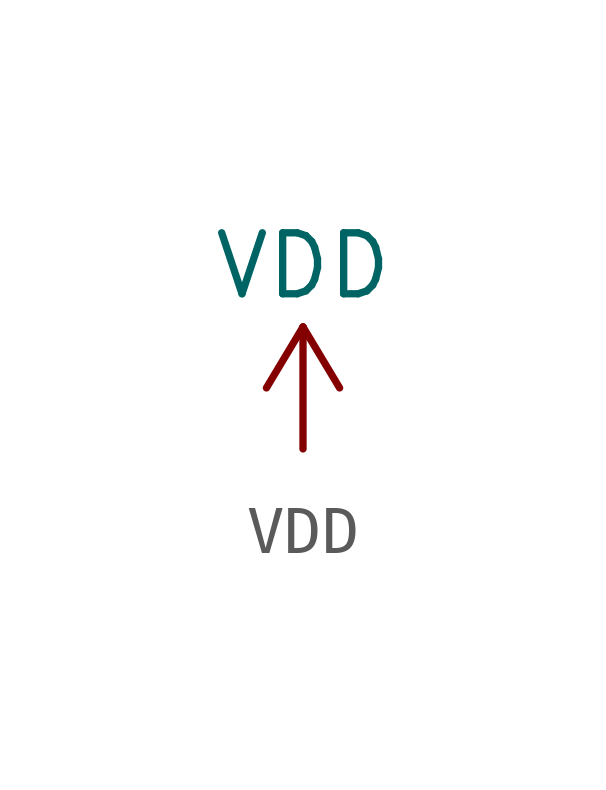
<source format=kicad_sym>
(kicad_symbol_lib
  (version 20231120)
  (generator "kicad_symbol_editor")
  (generator_version "8.0")
  (symbol "VDD"
    (power)
    (pin_names
      (offset 0))
    (property "Reference" "#PWR"
      (at 0 -3.81 0)
      (effects (font (size 1.27 1.27)) (hide yes)))
    (property "Value" "VDD"
      (at 0 3.81 0)
      (effects (font (size 1.27 1.27))))
    (symbol "VDD_0_1"
      (polyline (pts (xy -0.762 1.27) (xy 0 2.54)) (stroke (width 0) (type default)) (fill (type none)))
      (polyline (pts (xy 0 0) (xy 0 2.54)) (stroke (width 0) (type default)) (fill (type none)))
      (polyline (pts (xy 0 2.54) (xy 0.762 1.27)) (stroke (width 0) (type default)) (fill (type none))))
    (symbol "VDD_1_1"
      (pin power_in line (at 0 0 90) (length 0) hide (name "VDD" (effects (font (size 1.27 1.27)))) (number "1" (effects (font (size 1.27 1.27))))))))
</source>
